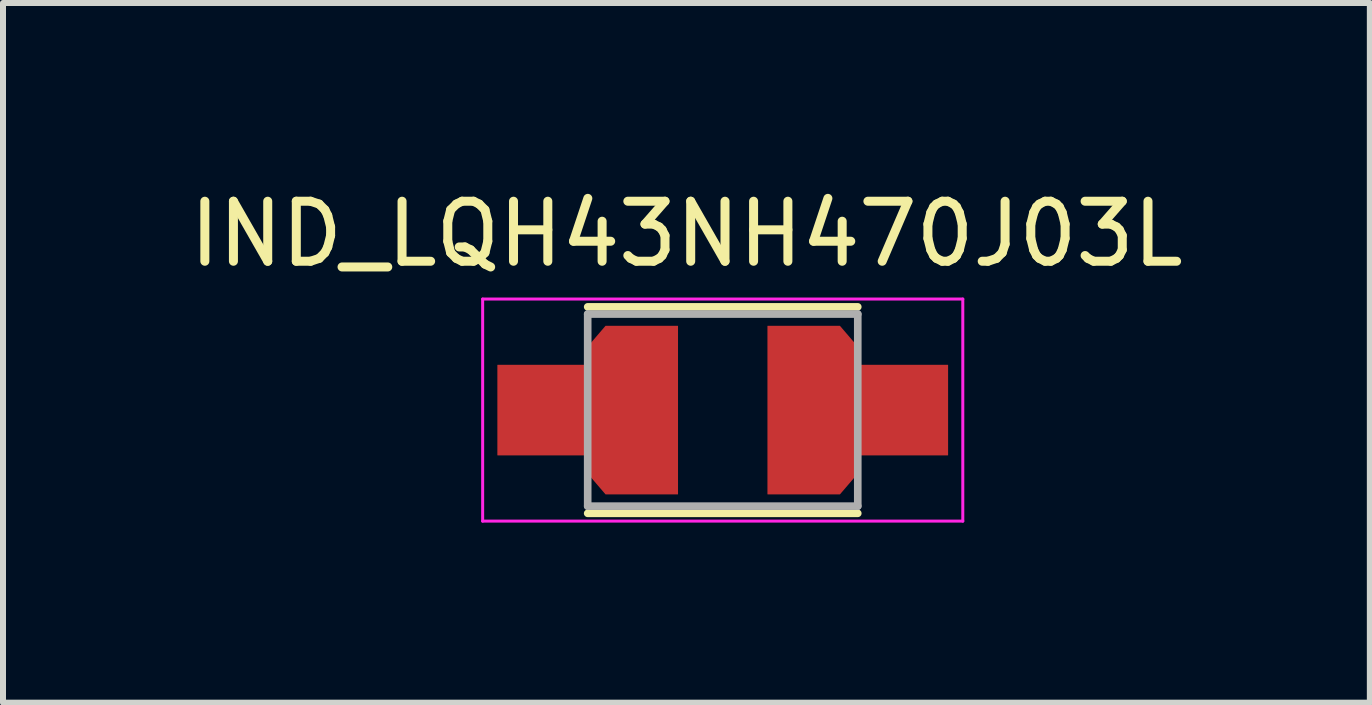
<source format=kicad_pcb>
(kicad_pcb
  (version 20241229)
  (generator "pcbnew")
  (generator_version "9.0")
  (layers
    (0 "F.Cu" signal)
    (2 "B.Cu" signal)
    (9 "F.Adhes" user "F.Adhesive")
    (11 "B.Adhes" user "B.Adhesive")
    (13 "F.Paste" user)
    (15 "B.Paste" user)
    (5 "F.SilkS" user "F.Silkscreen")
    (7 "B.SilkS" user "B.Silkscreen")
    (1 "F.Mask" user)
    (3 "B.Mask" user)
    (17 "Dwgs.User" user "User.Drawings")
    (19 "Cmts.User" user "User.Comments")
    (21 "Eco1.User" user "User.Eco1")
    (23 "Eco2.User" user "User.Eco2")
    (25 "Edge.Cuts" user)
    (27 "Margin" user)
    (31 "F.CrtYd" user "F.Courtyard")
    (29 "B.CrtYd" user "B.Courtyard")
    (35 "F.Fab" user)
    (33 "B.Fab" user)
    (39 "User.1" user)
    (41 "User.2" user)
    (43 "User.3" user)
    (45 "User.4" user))
  (footprint "IND_LQH43NH470J03L"
    (layer "F.Cu")
    (at 8.992 3.783)
    (property "Reference" "IND_LQH43NH470J03L" (at -0.605 -2.935 0) (layer "F.SilkS") (effects (font (size 1 1) (thickness 0.15))))
    (attr through_hole)
    (fp_poly (pts (xy -0.65 -1.5) (xy -0.65 1.5) (xy -1.95 1.5) (xy -2.35 1.05) (xy -2.35 0.85) (xy -3.85 0.85) (xy -3.85 -0.85) (xy -2.35 -0.85) (xy -2.35 -1.05) (xy -1.95 -1.5)) (stroke (width 0.01) (type solid)) (fill yes) (layer "F.Mask"))
    (fp_poly (pts (xy 0.65 -1.5) (xy 0.65 1.5) (xy 1.95 1.5) (xy 2.35 1.05) (xy 2.35 0.85) (xy 3.85 0.85) (xy 3.85 -0.85) (xy 2.35 -0.85) (xy 2.35 -1.05) (xy 1.95 -1.5)) (stroke (width 0.01) (type solid)) (fill yes) (layer "F.Mask"))
    (fp_line (start -2.25 -1.72) (end 2.25 -1.72) (stroke (width 0.127) (type solid)) (layer "F.SilkS"))
    (fp_line (start -2.25 1.72) (end 2.25 1.72) (stroke (width 0.127) (type solid)) (layer "F.SilkS"))
    (fp_poly (pts (xy -0.75 -1.4) (xy -0.75 1.4) (xy -1.95 1.4) (xy -2.25 1.05) (xy -2.25 0.75) (xy -3.75 0.75) (xy -3.75 -0.75) (xy -2.25 -0.75) (xy -2.25 -1.05) (xy -1.95 -1.4)) (stroke (width 0.01) (type solid)) (fill yes) (layer "F.Paste"))
    (fp_poly (pts (xy 0.75 -1.4) (xy 0.75 1.4) (xy 1.95 1.4) (xy 2.25 1.05) (xy 2.25 0.75) (xy 3.75 0.75) (xy 3.75 -0.75) (xy 2.25 -0.75) (xy 2.25 -1.05) (xy 1.95 -1.4)) (stroke (width 0.01) (type solid)) (fill yes) (layer "F.Paste"))
    (fp_line (start -4 -1.85) (end 4 -1.85) (stroke (width 0.05) (type solid)) (layer "F.CrtYd"))
    (fp_line (start -4 1.85) (end -4 -1.85) (stroke (width 0.05) (type solid)) (layer "F.CrtYd"))
    (fp_line (start 4 -1.85) (end 4 1.85) (stroke (width 0.05) (type solid)) (layer "F.CrtYd"))
    (fp_line (start 4 1.85) (end -4 1.85) (stroke (width 0.05) (type solid)) (layer "F.CrtYd"))
    (fp_line (start -2.25 -1.6) (end 2.25 -1.6) (stroke (width 0.127) (type solid)) (layer "F.Fab"))
    (fp_line (start -2.25 1.6) (end -2.25 -1.6) (stroke (width 0.127) (type solid)) (layer "F.Fab"))
    (fp_line (start 2.25 -1.6) (end 2.25 1.6) (stroke (width 0.127) (type solid)) (layer "F.Fab"))
    (fp_line (start 2.25 1.6) (end -2.25 1.6) (stroke (width 0.127) (type solid)) (layer "F.Fab"))
    (pad "1" smd custom (at -1.25 0) (size 0.9 0.9) (layers "F.Cu") (options (anchor rect)) (primitives (gr_poly (pts (xy 0.5 -1.4) (xy 0.5 1.4) (xy -0.7 1.4) (xy -1 1.05) (xy -1 0.75) (xy -2.5 0.75) (xy -2.5 -0.75) (xy -1 -0.75) (xy -1 -1.05) (xy -0.7 -1.4)) (width 0.01) (fill yes))))
    (pad "2" smd custom (at 1.25 0) (size 0.9 0.9) (layers "F.Cu") (options (anchor rect)) (primitives (gr_poly (pts (xy -0.5 -1.4) (xy -0.5 1.4) (xy 0.7 1.4) (xy 1 1.05) (xy 1 0.75) (xy 2.5 0.75) (xy 2.5 -0.75) (xy 1 -0.75) (xy 1 -1.05) (xy 0.7 -1.4)) (width 0.01) (fill yes)))))
  (gr_rect
    (start -3 -3)
    (end 19.774 8.658)
    (stroke (width 0.1) (type default))
    (fill no)
    (layer "Edge.Cuts")))
</source>
